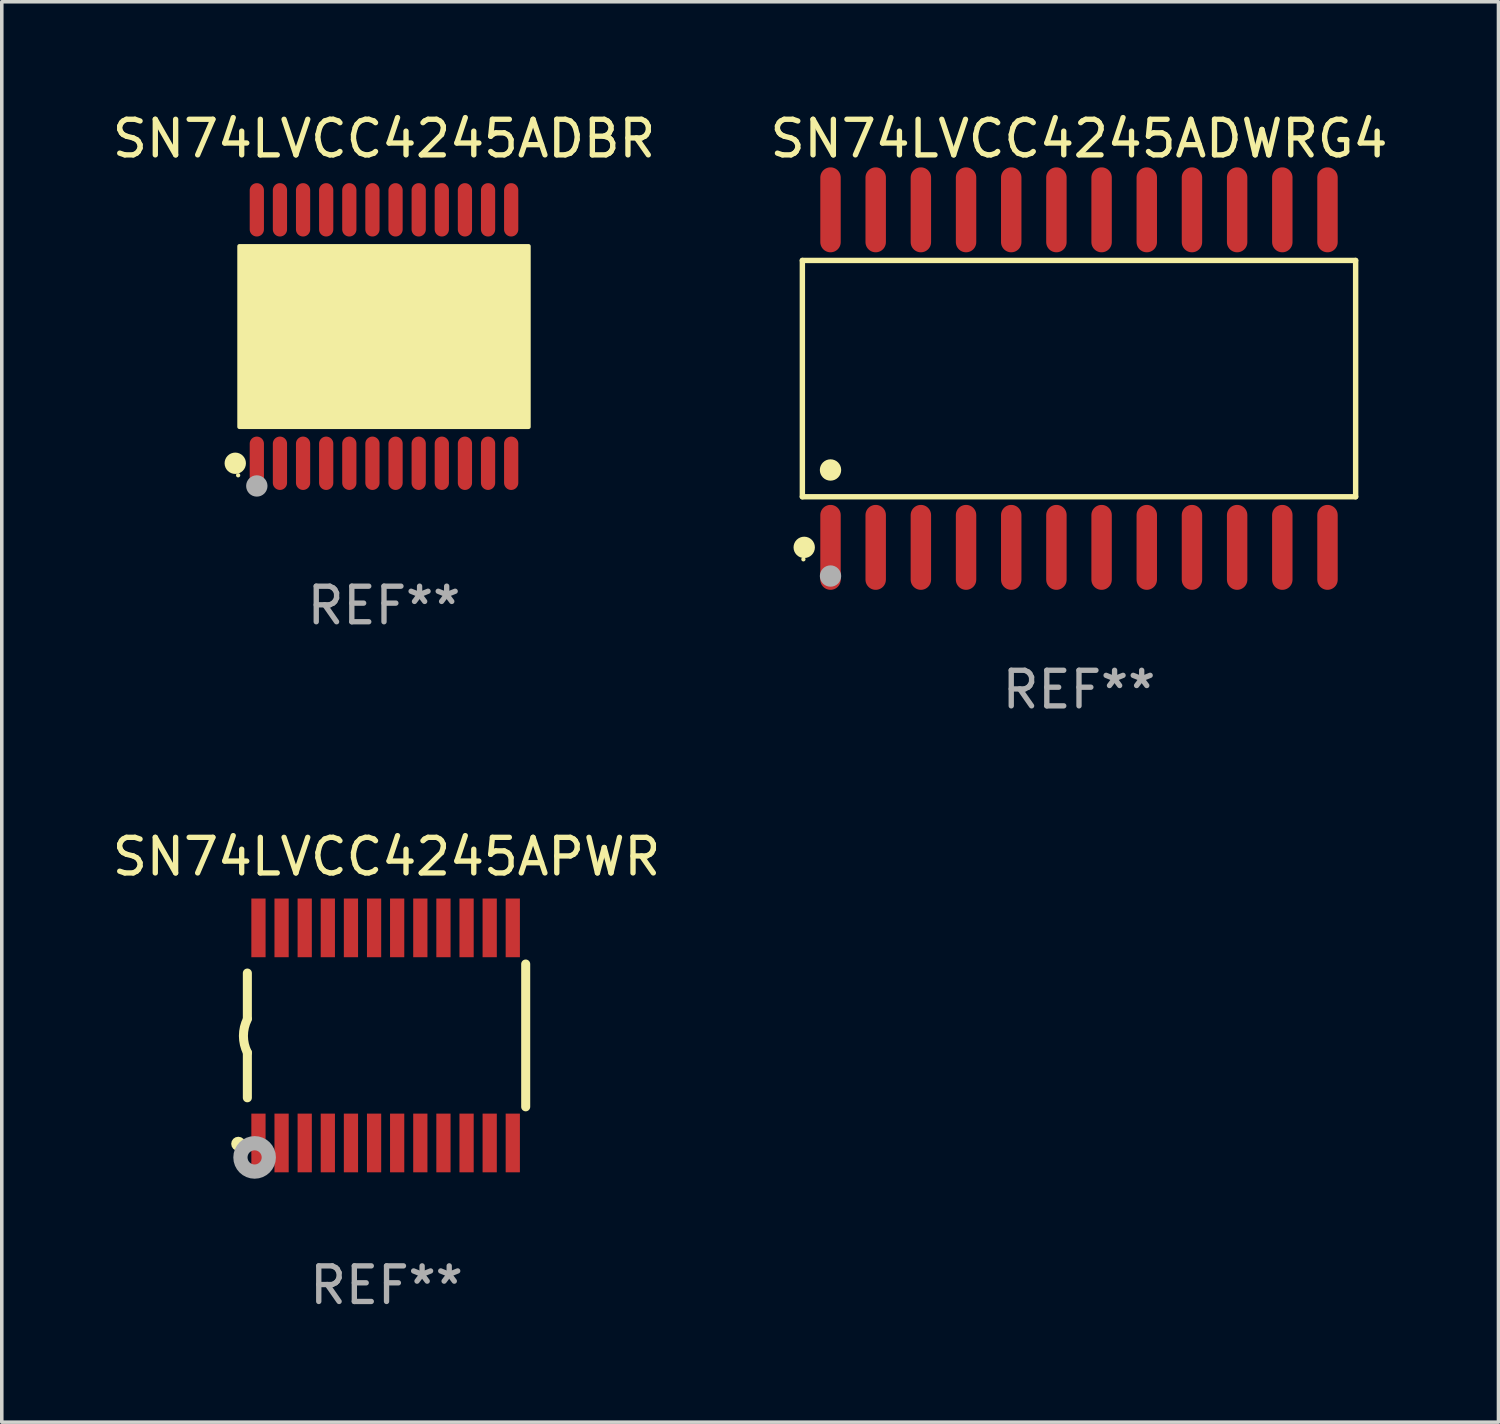
<source format=kicad_pcb>
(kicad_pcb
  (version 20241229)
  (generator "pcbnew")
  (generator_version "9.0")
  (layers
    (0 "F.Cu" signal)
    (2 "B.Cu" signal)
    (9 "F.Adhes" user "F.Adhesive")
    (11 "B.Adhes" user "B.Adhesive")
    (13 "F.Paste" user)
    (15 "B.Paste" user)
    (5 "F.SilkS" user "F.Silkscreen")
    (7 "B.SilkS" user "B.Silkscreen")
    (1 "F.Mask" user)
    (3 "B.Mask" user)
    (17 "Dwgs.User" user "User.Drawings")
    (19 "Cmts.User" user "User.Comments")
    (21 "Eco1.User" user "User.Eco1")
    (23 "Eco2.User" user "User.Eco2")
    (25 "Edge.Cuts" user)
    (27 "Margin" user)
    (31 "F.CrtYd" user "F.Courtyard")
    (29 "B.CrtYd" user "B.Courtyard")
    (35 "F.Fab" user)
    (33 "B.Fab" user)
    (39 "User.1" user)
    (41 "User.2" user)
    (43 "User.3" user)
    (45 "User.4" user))
  (footprint "SN74LVCC4245ADWRG4"
    (layer "F.Cu")
    (at 27.28 7.592)
    (property "Reference" "SN74LVCC4245ADWRG4" (at 0 -6.744 0) (layer "F.SilkS") (effects (font (size 1 1) (thickness 0.15))))
    (attr through_hole)
    (fp_line (start -7.776 -3.321) (end 7.776 -3.321) (stroke (width 0.152) (type solid)) (layer "F.SilkS"))
    (fp_line (start -7.776 3.321) (end -7.776 -3.321) (stroke (width 0.152) (type solid)) (layer "F.SilkS"))
    (fp_line (start 7.776 -3.321) (end 7.776 3.321) (stroke (width 0.152) (type solid)) (layer "F.SilkS"))
    (fp_line (start 7.776 3.321) (end -7.776 3.321) (stroke (width 0.152) (type solid)) (layer "F.SilkS"))
    (fp_circle (center -7.747 5.08) (end -7.717 5.08) (stroke (width 0.06) (type solid)) (fill no) (layer "F.SilkS"))
    (fp_circle (center -7.724 4.744) (end -7.574 4.744) (stroke (width 0.3) (type solid)) (fill no) (layer "F.SilkS"))
    (fp_circle (center -6.985 2.569) (end -6.835 2.569) (stroke (width 0.3) (type solid)) (fill no) (layer "F.SilkS"))
    (fp_circle (center -6.985 5.55) (end -6.835 5.55) (stroke (width 0.3) (type solid)) (fill no) (layer "F.Fab"))
    (fp_text user "REF**" (at 0 8.744 0) (layer "F.Fab") (effects (font (size 1 1) (thickness 0.15))))
    (pad "1" smd oval (at -6.985 4.744) (size 0.574 2.388) (layers "F.Cu" "F.Mask" "F.Paste"))
    (pad "2" smd oval (at -5.715 4.744) (size 0.574 2.388) (layers "F.Cu" "F.Mask" "F.Paste"))
    (pad "3" smd oval (at -4.445 4.744) (size 0.574 2.388) (layers "F.Cu" "F.Mask" "F.Paste"))
    (pad "4" smd oval (at -3.175 4.744) (size 0.574 2.388) (layers "F.Cu" "F.Mask" "F.Paste"))
    (pad "5" smd oval (at -1.905 4.744) (size 0.574 2.388) (layers "F.Cu" "F.Mask" "F.Paste"))
    (pad "6" smd oval (at -0.635 4.744) (size 0.574 2.388) (layers "F.Cu" "F.Mask" "F.Paste"))
    (pad "7" smd oval (at 0.635 4.744) (size 0.574 2.388) (layers "F.Cu" "F.Mask" "F.Paste"))
    (pad "8" smd oval (at 1.905 4.744) (size 0.574 2.388) (layers "F.Cu" "F.Mask" "F.Paste"))
    (pad "9" smd oval (at 3.175 4.744) (size 0.574 2.388) (layers "F.Cu" "F.Mask" "F.Paste"))
    (pad "10" smd oval (at 4.445 4.744) (size 0.574 2.388) (layers "F.Cu" "F.Mask" "F.Paste"))
    (pad "11" smd oval (at 5.715 4.744) (size 0.574 2.388) (layers "F.Cu" "F.Mask" "F.Paste"))
    (pad "12" smd oval (at 6.985 4.744) (size 0.574 2.388) (layers "F.Cu" "F.Mask" "F.Paste"))
    (pad "13" smd oval (at 6.985 -4.744) (size 0.574 2.388) (layers "F.Cu" "F.Mask" "F.Paste"))
    (pad "14" smd oval (at 5.715 -4.744) (size 0.574 2.388) (layers "F.Cu" "F.Mask" "F.Paste"))
    (pad "15" smd oval (at 4.445 -4.744) (size 0.574 2.388) (layers "F.Cu" "F.Mask" "F.Paste"))
    (pad "16" smd oval (at 3.175 -4.744) (size 0.574 2.388) (layers "F.Cu" "F.Mask" "F.Paste"))
    (pad "17" smd oval (at 1.905 -4.744) (size 0.574 2.388) (layers "F.Cu" "F.Mask" "F.Paste"))
    (pad "18" smd oval (at 0.635 -4.744) (size 0.574 2.388) (layers "F.Cu" "F.Mask" "F.Paste"))
    (pad "19" smd oval (at -0.635 -4.744) (size 0.574 2.388) (layers "F.Cu" "F.Mask" "F.Paste"))
    (pad "20" smd oval (at -1.905 -4.744) (size 0.574 2.388) (layers "F.Cu" "F.Mask" "F.Paste"))
    (pad "21" smd oval (at -3.175 -4.744) (size 0.574 2.388) (layers "F.Cu" "F.Mask" "F.Paste"))
    (pad "22" smd oval (at -4.445 -4.744) (size 0.574 2.388) (layers "F.Cu" "F.Mask" "F.Paste"))
    (pad "23" smd oval (at -5.715 -4.744) (size 0.574 2.388) (layers "F.Cu" "F.Mask" "F.Paste"))
    (pad "24" smd oval (at -6.985 -4.744) (size 0.574 2.388) (layers "F.Cu" "F.Mask" "F.Paste")))
  (footprint "SN74LVCC4245ADBR"
    (layer "F.Cu")
    (at 7.744 6.41)
    (property "Reference" "SN74LVCC4245ADBR" (at 0 -5.562 0) (layer "F.SilkS") (effects (font (size 1 1) (thickness 0.15))))
    (attr through_hole)
    (fp_circle (center -4.181 3.562) (end -4.031 3.562) (stroke (width 0.3) (type solid)) (fill no) (layer "F.SilkS"))
    (fp_circle (center -4.1 3.9) (end -4.07 3.9) (stroke (width 0.06) (type solid)) (fill no) (layer "F.SilkS"))
    (fp_circle (center -3.575 1.819) (end -3.425 1.819) (stroke (width 0.3) (type solid)) (fill no) (layer "F.SilkS"))
    (fp_poly (pts (xy -4.064 -2.54) (xy 4.064 -2.54) (xy 4.064 2.54) (xy -4.064 2.54)) (stroke (width 0.12) (type solid)) (fill yes) (layer "F.SilkS"))
    (fp_circle (center -3.575 4.2) (end -3.425 4.2) (stroke (width 0.3) (type solid)) (fill no) (layer "F.Fab"))
    (fp_text user "REF**" (at 0 7.562 0) (layer "F.Fab") (effects (font (size 1 1) (thickness 0.15))))
    (pad "1" smd oval (at -3.575 3.562) (size 0.4 1.5) (layers "F.Cu" "F.Mask" "F.Paste"))
    (pad "2" smd oval (at -2.925 3.562) (size 0.4 1.5) (layers "F.Cu" "F.Mask" "F.Paste"))
    (pad "3" smd oval (at -2.275 3.562) (size 0.4 1.5) (layers "F.Cu" "F.Mask" "F.Paste"))
    (pad "4" smd oval (at -1.625 3.562) (size 0.4 1.5) (layers "F.Cu" "F.Mask" "F.Paste"))
    (pad "5" smd oval (at -0.975 3.562) (size 0.4 1.5) (layers "F.Cu" "F.Mask" "F.Paste"))
    (pad "6" smd oval (at -0.325 3.562) (size 0.4 1.5) (layers "F.Cu" "F.Mask" "F.Paste"))
    (pad "7" smd oval (at 0.325 3.562) (size 0.4 1.5) (layers "F.Cu" "F.Mask" "F.Paste"))
    (pad "8" smd oval (at 0.975 3.562) (size 0.4 1.5) (layers "F.Cu" "F.Mask" "F.Paste"))
    (pad "9" smd oval (at 1.625 3.562) (size 0.4 1.5) (layers "F.Cu" "F.Mask" "F.Paste"))
    (pad "10" smd oval (at 2.275 3.562) (size 0.4 1.5) (layers "F.Cu" "F.Mask" "F.Paste"))
    (pad "11" smd oval (at 2.925 3.562) (size 0.4 1.5) (layers "F.Cu" "F.Mask" "F.Paste"))
    (pad "12" smd oval (at 3.575 3.562) (size 0.4 1.5) (layers "F.Cu" "F.Mask" "F.Paste"))
    (pad "13" smd oval (at 3.575 -3.562) (size 0.4 1.5) (layers "F.Cu" "F.Mask" "F.Paste"))
    (pad "14" smd oval (at 2.925 -3.562) (size 0.4 1.5) (layers "F.Cu" "F.Mask" "F.Paste"))
    (pad "15" smd oval (at 2.275 -3.562) (size 0.4 1.5) (layers "F.Cu" "F.Mask" "F.Paste"))
    (pad "16" smd oval (at 1.625 -3.562) (size 0.4 1.5) (layers "F.Cu" "F.Mask" "F.Paste"))
    (pad "17" smd oval (at 0.975 -3.562) (size 0.4 1.5) (layers "F.Cu" "F.Mask" "F.Paste"))
    (pad "18" smd oval (at 0.325 -3.562) (size 0.4 1.5) (layers "F.Cu" "F.Mask" "F.Paste"))
    (pad "19" smd oval (at -0.325 -3.562) (size 0.4 1.5) (layers "F.Cu" "F.Mask" "F.Paste"))
    (pad "20" smd oval (at -0.975 -3.562) (size 0.4 1.5) (layers "F.Cu" "F.Mask" "F.Paste"))
    (pad "21" smd oval (at -1.625 -3.562) (size 0.4 1.5) (layers "F.Cu" "F.Mask" "F.Paste"))
    (pad "22" smd oval (at -2.275 -3.562) (size 0.4 1.5) (layers "F.Cu" "F.Mask" "F.Paste"))
    (pad "23" smd oval (at -2.925 -3.562) (size 0.4 1.5) (layers "F.Cu" "F.Mask" "F.Paste"))
    (pad "24" smd oval (at -3.575 -3.562) (size 0.4 1.5) (layers "F.Cu" "F.Mask" "F.Paste")))
  (footprint "SN74LVCC4245APWR"
    (layer "F.Cu")
    (at 7.815 26.055)
    (property "Reference" "SN74LVCC4245APWR" (at 0 -5.023 0) (layer "F.SilkS") (effects (font (size 1 1) (thickness 0.15))))
    (attr through_hole)
    (fp_line (start -3.912 -0.483) (end -3.912 -1.753) (stroke (width 0.254) (type solid)) (layer "F.SilkS"))
    (fp_line (start -3.912 1.753) (end -3.912 0.483) (stroke (width 0.254) (type solid)) (layer "F.SilkS"))
    (fp_line (start 3.912 -2.007) (end 3.912 2.007) (stroke (width 0.254) (type solid)) (layer "F.SilkS"))
    (fp_arc (start -3.911608 0.482601) (mid -4.022537 0.0127) (end -3.911608 -0.457201) (stroke (width 0.254001) (type solid)) (layer "F.SilkS"))
    (fp_circle (center -4.166 3.048) (end -4.066 3.048) (stroke (width 0.2) (type solid)) (fill no) (layer "F.SilkS"))
    (fp_circle (center -3.925 3.186) (end -3.895 3.186) (stroke (width 0.06) (type solid)) (fill no) (layer "F.SilkS"))
    (fp_circle (center -3.708 3.429) (end -3.509 3.429) (stroke (width 0.4) (type solid)) (fill no) (layer "F.Fab"))
    (fp_text user "REF**" (at 0 7.023 0) (layer "F.Fab") (effects (font (size 1 1) (thickness 0.15))))
    (pad "1" smd rect (at -3.6 3.023) (size 0.4 1.65) (layers "F.Cu" "F.Mask" "F.Paste"))
    (pad "2" smd rect (at -2.95 3.023) (size 0.4 1.65) (layers "F.Cu" "F.Mask" "F.Paste"))
    (pad "3" smd rect (at -2.3 3.023) (size 0.4 1.65) (layers "F.Cu" "F.Mask" "F.Paste"))
    (pad "4" smd rect (at -1.65 3.023) (size 0.4 1.65) (layers "F.Cu" "F.Mask" "F.Paste"))
    (pad "5" smd rect (at -1 3.023) (size 0.4 1.65) (layers "F.Cu" "F.Mask" "F.Paste"))
    (pad "6" smd rect (at -0.35 3.023) (size 0.4 1.65) (layers "F.Cu" "F.Mask" "F.Paste"))
    (pad "7" smd rect (at 0.299 3.023) (size 0.4 1.65) (layers "F.Cu" "F.Mask" "F.Paste"))
    (pad "8" smd rect (at 0.95 3.023) (size 0.4 1.65) (layers "F.Cu" "F.Mask" "F.Paste"))
    (pad "9" smd rect (at 1.6 3.023) (size 0.4 1.65) (layers "F.Cu" "F.Mask" "F.Paste"))
    (pad "10" smd rect (at 2.25 3.023) (size 0.4 1.65) (layers "F.Cu" "F.Mask" "F.Paste"))
    (pad "11" smd rect (at 2.9 3.023) (size 0.4 1.65) (layers "F.Cu" "F.Mask" "F.Paste"))
    (pad "12" smd rect (at 3.549 3.023) (size 0.4 1.65) (layers "F.Cu" "F.Mask" "F.Paste"))
    (pad "13" smd rect (at 3.549 -3.023) (size 0.4 1.65) (layers "F.Cu" "F.Mask" "F.Paste"))
    (pad "14" smd rect (at 2.9 -3.023) (size 0.4 1.65) (layers "F.Cu" "F.Mask" "F.Paste"))
    (pad "15" smd rect (at 2.25 -3.023) (size 0.4 1.65) (layers "F.Cu" "F.Mask" "F.Paste"))
    (pad "16" smd rect (at 1.6 -3.023) (size 0.4 1.65) (layers "F.Cu" "F.Mask" "F.Paste"))
    (pad "17" smd rect (at 0.95 -3.023) (size 0.4 1.65) (layers "F.Cu" "F.Mask" "F.Paste"))
    (pad "18" smd rect (at 0.299 -3.023) (size 0.4 1.65) (layers "F.Cu" "F.Mask" "F.Paste"))
    (pad "19" smd rect (at -0.35 -3.023) (size 0.4 1.65) (layers "F.Cu" "F.Mask" "F.Paste"))
    (pad "20" smd rect (at -1 -3.023) (size 0.4 1.65) (layers "F.Cu" "F.Mask" "F.Paste"))
    (pad "21" smd rect (at -1.65 -3.023) (size 0.4 1.65) (layers "F.Cu" "F.Mask" "F.Paste"))
    (pad "22" smd rect (at -2.3 -3.023) (size 0.4 1.65) (layers "F.Cu" "F.Mask" "F.Paste"))
    (pad "23" smd rect (at -2.95 -3.023) (size 0.4 1.65) (layers "F.Cu" "F.Mask" "F.Paste"))
    (pad "24" smd rect (at -3.6 -3.023) (size 0.4 1.65) (layers "F.Cu" "F.Mask" "F.Paste")))
  (gr_rect
    (start -3 -3)
    (end 39.071 36.926)
    (stroke (width 0.1) (type default))
    (fill no)
    (layer "Edge.Cuts")))
</source>
